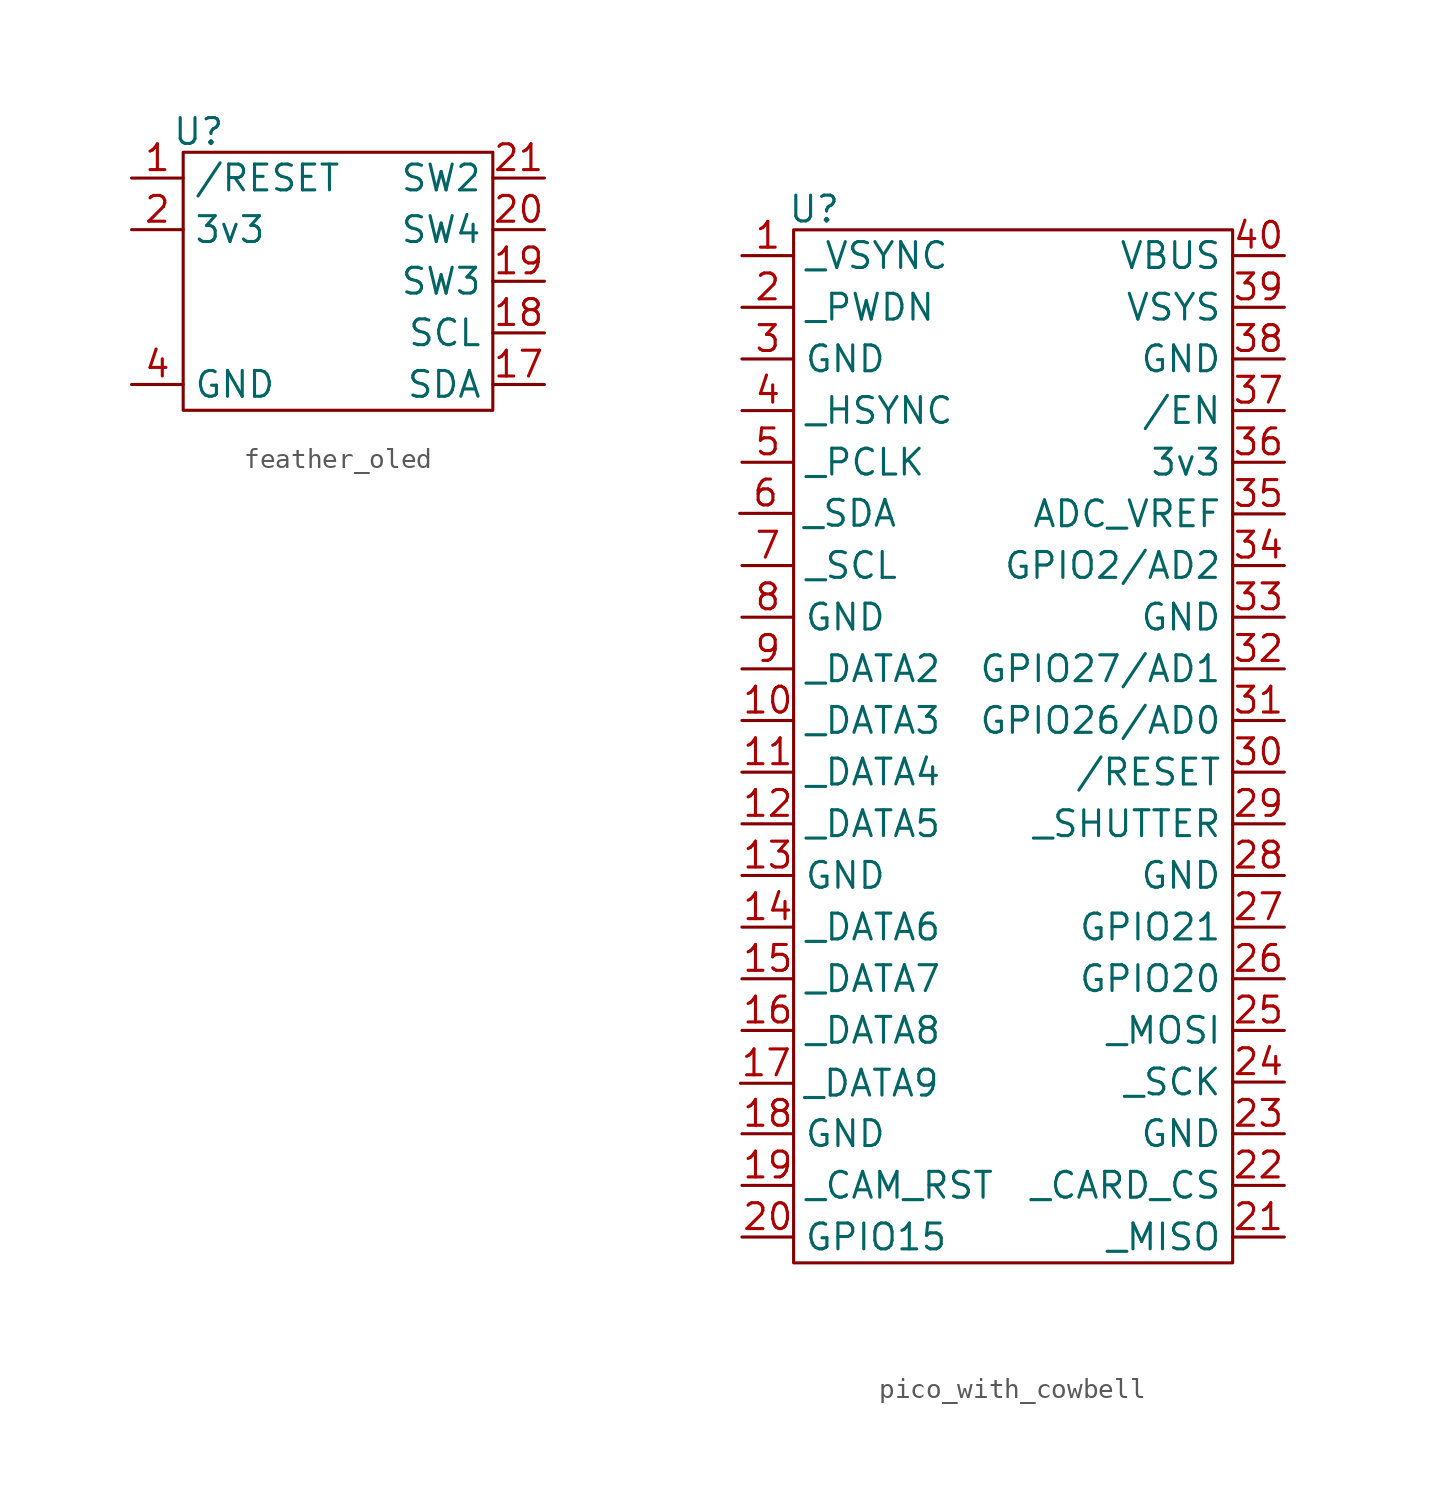
<source format=kicad_sym>
(kicad_symbol_lib
  (version 20231120)
  (generator "kicad_symbol_editor")
  (generator_version "8.0")
  (symbol "feather_oled"
    (property "Reference" "U"
      (at 0.762 1.016 0)
      (effects (font (size 1.27 1.27))))
    (property "Value" ""
      (at 0 0 0)
      (effects (font (size 1.27 1.27))))
    (symbol "feather_oled_0_1"
      (rectangle (start 0 0) (end 15.24 -12.7) (stroke (width 0) (type default)) (fill (type none))))
    (symbol "feather_oled_1_1"
      (pin input line (at -2.54 -1.27 0) (length 2.54) (name "/RESET" (effects (font (size 1.27 1.27)))) (number "1" (effects (font (size 1.27 1.27)))))
      (pin input line (at 17.78 -11.43 180) (length 2.54) (name "SDA" (effects (font (size 1.27 1.27)))) (number "17" (effects (font (size 1.27 1.27)))))
      (pin input line (at 17.78 -8.89 180) (length 2.54) (name "SCL" (effects (font (size 1.27 1.27)))) (number "18" (effects (font (size 1.27 1.27)))))
      (pin input line (at 17.78 -6.35 180) (length 2.54) (name "SW3" (effects (font (size 1.27 1.27)))) (number "19" (effects (font (size 1.27 1.27)))))
      (pin input line (at -2.54 -3.81 0) (length 2.54) (name "3v3" (effects (font (size 1.27 1.27)))) (number "2" (effects (font (size 1.27 1.27)))))
      (pin input line (at 17.78 -3.81 180) (length 2.54) (name "SW4" (effects (font (size 1.27 1.27)))) (number "20" (effects (font (size 1.27 1.27)))))
      (pin input line (at 17.78 -1.27 180) (length 2.54) (name "SW2" (effects (font (size 1.27 1.27)))) (number "21" (effects (font (size 1.27 1.27)))))
      (pin input line (at -2.54 -11.43 0) (length 2.54) (name "GND" (effects (font (size 1.27 1.27)))) (number "4" (effects (font (size 1.27 1.27)))))))
  (symbol "pico_with_cowbell"
    (property "Reference" "U"
      (at 1.016 1.016 0)
      (effects (font (size 1.27 1.27))))
    (property "Value" ""
      (at 0 0 0)
      (effects (font (size 1.27 1.27))))
    (symbol "pico_with_cowbell_0_1"
      (rectangle (start 0 0) (end 21.59 -50.8) (stroke (width 0) (type default)) (fill (type none))))
    (symbol "pico_with_cowbell_1_1"
      (pin input line (at -2.54 -1.27 0) (length 2.54) (name "_VSYNC" (effects (font (size 1.27 1.27)))) (number "1" (effects (font (size 1.27 1.27)))))
      (pin input line (at -2.54 -24.13 0) (length 2.54) (name "_DATA3" (effects (font (size 1.27 1.27)))) (number "10" (effects (font (size 1.27 1.27)))))
      (pin input line (at -2.54 -26.67 0) (length 2.54) (name "_DATA4" (effects (font (size 1.27 1.27)))) (number "11" (effects (font (size 1.27 1.27)))))
      (pin input line (at -2.54 -29.21 0) (length 2.54) (name "_DATA5" (effects (font (size 1.27 1.27)))) (number "12" (effects (font (size 1.27 1.27)))))
      (pin input line (at -2.54 -31.75 0) (length 2.54) (name "GND" (effects (font (size 1.27 1.27)))) (number "13" (effects (font (size 1.27 1.27)))))
      (pin input line (at -2.54 -34.29 0) (length 2.54) (name "_DATA6" (effects (font (size 1.27 1.27)))) (number "14" (effects (font (size 1.27 1.27)))))
      (pin input line (at -2.54 -36.83 0) (length 2.54) (name "_DATA7" (effects (font (size 1.27 1.27)))) (number "15" (effects (font (size 1.27 1.27)))))
      (pin input line (at -2.54 -39.37 0) (length 2.54) (name "_DATA8" (effects (font (size 1.27 1.27)))) (number "16" (effects (font (size 1.27 1.27)))))
      (pin input line (at -2.614 -41.968 0) (length 2.54) (name "_DATA9" (effects (font (size 1.27 1.27)))) (number "17" (effects (font (size 1.27 1.27)))))
      (pin input line (at -2.54 -44.45 0) (length 2.54) (name "GND" (effects (font (size 1.27 1.27)))) (number "18" (effects (font (size 1.27 1.27)))))
      (pin input line (at -2.54 -46.99 0) (length 2.54) (name "_CAM_RST" (effects (font (size 1.27 1.27)))) (number "19" (effects (font (size 1.27 1.27)))))
      (pin input line (at -2.54 -3.81 0) (length 2.54) (name "_PWDN" (effects (font (size 1.27 1.27)))) (number "2" (effects (font (size 1.27 1.27)))))
      (pin input line (at -2.54 -49.53 0) (length 2.54) (name "GPIO15" (effects (font (size 1.27 1.27)))) (number "20" (effects (font (size 1.27 1.27)))))
      (pin input line (at 24.13 -49.53 180) (length 2.54) (name "_MISO" (effects (font (size 1.27 1.27)))) (number "21" (effects (font (size 1.27 1.27)))))
      (pin input line (at 24.13 -46.99 180) (length 2.54) (name "_CARD_CS" (effects (font (size 1.27 1.27)))) (number "22" (effects (font (size 1.27 1.27)))))
      (pin input line (at 24.13 -44.45 180) (length 2.54) (name "GND" (effects (font (size 1.27 1.27)))) (number "23" (effects (font (size 1.27 1.27)))))
      (pin input line (at 24.13 -41.91 180) (length 2.54) (name "_SCK" (effects (font (size 1.27 1.27)))) (number "24" (effects (font (size 1.27 1.27)))))
      (pin input line (at 24.13 -39.37 180) (length 2.54) (name "_MOSI" (effects (font (size 1.27 1.27)))) (number "25" (effects (font (size 1.27 1.27)))))
      (pin input line (at 24.13 -36.83 180) (length 2.54) (name "GPIO20" (effects (font (size 1.27 1.27)))) (number "26" (effects (font (size 1.27 1.27)))))
      (pin input line (at 24.13 -34.29 180) (length 2.54) (name "GPIO21" (effects (font (size 1.27 1.27)))) (number "27" (effects (font (size 1.27 1.27)))))
      (pin input line (at 24.13 -31.75 180) (length 2.54) (name "GND" (effects (font (size 1.27 1.27)))) (number "28" (effects (font (size 1.27 1.27)))))
      (pin input line (at 24.13 -29.21 180) (length 2.54) (name "_SHUTTER" (effects (font (size 1.27 1.27)))) (number "29" (effects (font (size 1.27 1.27)))))
      (pin input line (at -2.54 -6.35 0) (length 2.54) (name "GND" (effects (font (size 1.27 1.27)))) (number "3" (effects (font (size 1.27 1.27)))))
      (pin input line (at 24.13 -26.67 180) (length 2.54) (name "/RESET" (effects (font (size 1.27 1.27)))) (number "30" (effects (font (size 1.27 1.27)))))
      (pin input line (at 24.13 -24.13 180) (length 2.54) (name "GPIO26/AD0" (effects (font (size 1.27 1.27)))) (number "31" (effects (font (size 1.27 1.27)))))
      (pin input line (at 24.13 -21.59 180) (length 2.54) (name "GPIO27/AD1" (effects (font (size 1.27 1.27)))) (number "32" (effects (font (size 1.27 1.27)))))
      (pin input line (at 24.13 -19.05 180) (length 2.54) (name "GND" (effects (font (size 1.27 1.27)))) (number "33" (effects (font (size 1.27 1.27)))))
      (pin input line (at 24.13 -16.51 180) (length 2.54) (name "GPIO2/AD2" (effects (font (size 1.27 1.27)))) (number "34" (effects (font (size 1.27 1.27)))))
      (pin input line (at 24.13 -13.97 180) (length 2.54) (name "ADC_VREF" (effects (font (size 1.27 1.27)))) (number "35" (effects (font (size 1.27 1.27)))))
      (pin input line (at 24.13 -11.43 180) (length 2.54) (name "3v3" (effects (font (size 1.27 1.27)))) (number "36" (effects (font (size 1.27 1.27)))))
      (pin input line (at 24.13 -8.89 180) (length 2.54) (name "/EN" (effects (font (size 1.27 1.27)))) (number "37" (effects (font (size 1.27 1.27)))))
      (pin input line (at 24.13 -6.35 180) (length 2.54) (name "GND" (effects (font (size 1.27 1.27)))) (number "38" (effects (font (size 1.27 1.27)))))
      (pin input line (at 24.13 -3.81 180) (length 2.54) (name "VSYS" (effects (font (size 1.27 1.27)))) (number "39" (effects (font (size 1.27 1.27)))))
      (pin input line (at -2.54 -8.89 0) (length 2.54) (name "_HSYNC" (effects (font (size 1.27 1.27)))) (number "4" (effects (font (size 1.27 1.27)))))
      (pin input line (at 24.13 -1.27 180) (length 2.54) (name "VBUS" (effects (font (size 1.27 1.27)))) (number "40" (effects (font (size 1.27 1.27)))))
      (pin input line (at -2.54 -11.43 0) (length 2.54) (name "_PCLK" (effects (font (size 1.27 1.27)))) (number "5" (effects (font (size 1.27 1.27)))))
      (pin input line (at -2.651 -13.944 0) (length 2.54) (name "_SDA" (effects (font (size 1.27 1.27)))) (number "6" (effects (font (size 1.27 1.27)))))
      (pin input line (at -2.54 -16.51 0) (length 2.54) (name "_SCL" (effects (font (size 1.27 1.27)))) (number "7" (effects (font (size 1.27 1.27)))))
      (pin input line (at -2.54 -19.05 0) (length 2.54) (name "GND" (effects (font (size 1.27 1.27)))) (number "8" (effects (font (size 1.27 1.27)))))
      (pin input line (at -2.54 -21.59 0) (length 2.54) (name "_DATA2" (effects (font (size 1.27 1.27)))) (number "9" (effects (font (size 1.27 1.27))))))))
</source>
